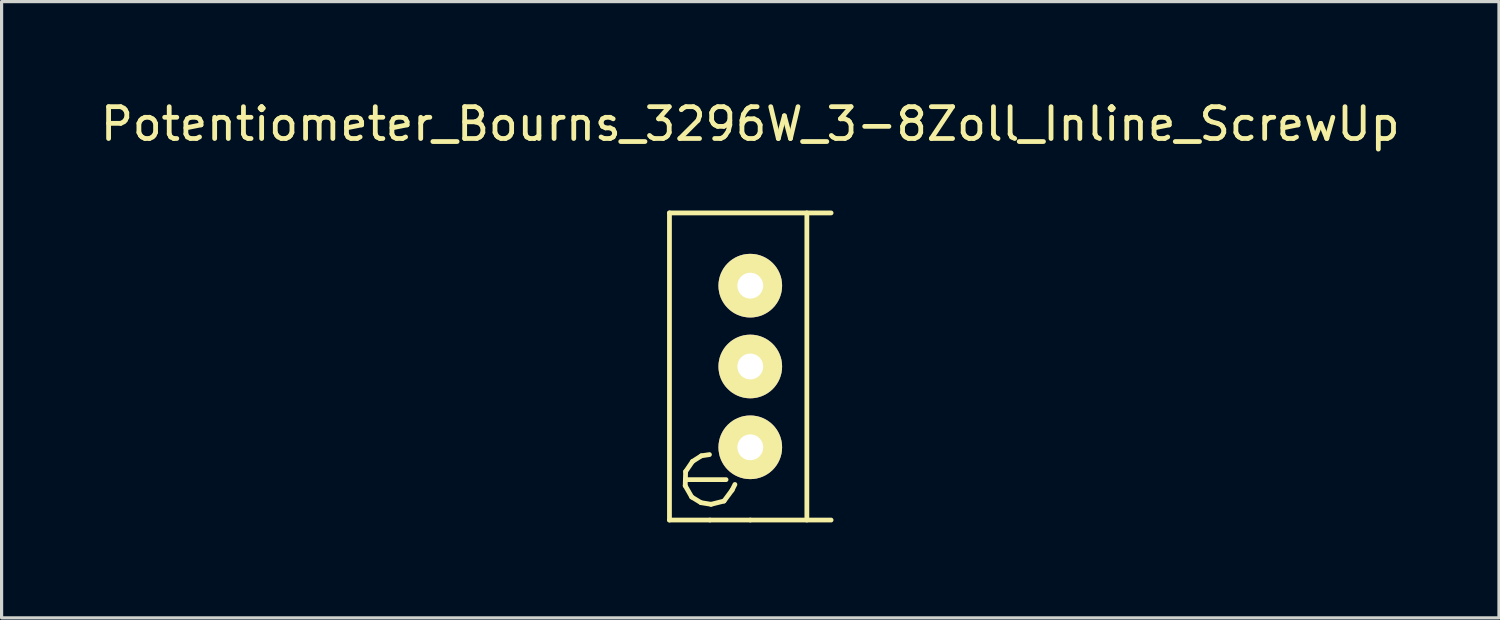
<source format=kicad_pcb>
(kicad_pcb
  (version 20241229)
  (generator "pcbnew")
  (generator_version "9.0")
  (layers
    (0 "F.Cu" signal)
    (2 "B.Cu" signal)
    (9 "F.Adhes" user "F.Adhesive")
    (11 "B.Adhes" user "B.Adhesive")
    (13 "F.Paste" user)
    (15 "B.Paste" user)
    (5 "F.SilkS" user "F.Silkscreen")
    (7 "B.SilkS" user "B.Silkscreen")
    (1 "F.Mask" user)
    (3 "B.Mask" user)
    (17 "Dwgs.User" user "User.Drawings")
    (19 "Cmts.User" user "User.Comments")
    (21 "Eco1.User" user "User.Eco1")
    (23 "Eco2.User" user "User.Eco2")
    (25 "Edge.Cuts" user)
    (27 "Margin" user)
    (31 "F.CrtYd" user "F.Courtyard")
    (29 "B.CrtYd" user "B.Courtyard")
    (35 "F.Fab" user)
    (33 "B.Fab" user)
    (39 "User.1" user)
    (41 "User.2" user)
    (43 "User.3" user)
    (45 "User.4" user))
  (footprint "Potentiometer_Bourns_3296W_3-8Zoll_Inline_ScrewUp"
    (layer "F.Cu")
    (at 20.53 11.008)
    (property "Reference" "Potentiometer_Bourns_3296W_3-8Zoll_Inline_ScrewUp" (at 0 -10.16 0) (layer "F.SilkS") (effects (font (size 1 1) (thickness 0.15))))
    (attr through_hole)
    (fp_line (start -2.54 -7.366) (end 2.54 -7.366) (stroke (width 0.15) (type solid)) (layer "F.SilkS"))
    (fp_line (start -2.54 2.286) (end -2.54 -7.366) (stroke (width 0.15) (type solid)) (layer "F.SilkS"))
    (fp_line (start -2.045 1.206) (end -1.841 1.562) (stroke (width 0.15) (type solid)) (layer "F.SilkS"))
    (fp_line (start -2.032 0.762) (end -2.045 1.206) (stroke (width 0.15) (type solid)) (layer "F.SilkS"))
    (fp_line (start -2.032 1.016) (end -0.762 1.016) (stroke (width 0.15) (type solid)) (layer "F.SilkS"))
    (fp_line (start -1.841 1.562) (end -1.549 1.74) (stroke (width 0.15) (type solid)) (layer "F.SilkS"))
    (fp_line (start -1.816 0.445) (end -2.032 0.762) (stroke (width 0.15) (type solid)) (layer "F.SilkS"))
    (fp_line (start -1.549 1.74) (end -1.232 1.791) (stroke (width 0.15) (type solid)) (layer "F.SilkS"))
    (fp_line (start -1.537 0.267) (end -1.816 0.445) (stroke (width 0.15) (type solid)) (layer "F.SilkS"))
    (fp_line (start -1.283 0.229) (end -1.537 0.267) (stroke (width 0.15) (type solid)) (layer "F.SilkS"))
    (fp_line (start -1.27 2.286) (end -2.54 2.286) (stroke (width 0.15) (type solid)) (layer "F.SilkS"))
    (fp_line (start -1.232 1.791) (end -0.826 1.689) (stroke (width 0.15) (type solid)) (layer "F.SilkS"))
    (fp_line (start -0.826 1.689) (end -0.572 1.346) (stroke (width 0.15) (type solid)) (layer "F.SilkS"))
    (fp_line (start -0.572 1.346) (end -0.483 1.168) (stroke (width 0.15) (type solid)) (layer "F.SilkS"))
    (fp_line (start 0 2.286) (end -1.27 2.286) (stroke (width 0.15) (type solid)) (layer "F.SilkS"))
    (fp_line (start 1.778 -7.366) (end 1.778 2.286) (stroke (width 0.15) (type solid)) (layer "F.SilkS"))
    (fp_line (start 2.54 2.286) (end 0 2.286) (stroke (width 0.15) (type solid)) (layer "F.SilkS"))
    (pad "1" thru_hole circle (at 0 0) (size 2 2) (drill 0.813) (layers "*.Cu" "*.Mask" "F.SilkS"))
    (pad "2" thru_hole circle (at 0 -2.54) (size 2 2) (drill 0.813) (layers "*.Cu" "*.Mask" "F.SilkS"))
    (pad "3" thru_hole circle (at 0 -5.08) (size 2 2) (drill 0.813) (layers "*.Cu" "*.Mask" "F.SilkS")))
  (gr_rect
    (start -3 -3)
    (end 44.06 16.369)
    (stroke (width 0.1) (type default))
    (fill no)
    (layer "Edge.Cuts")))
</source>
